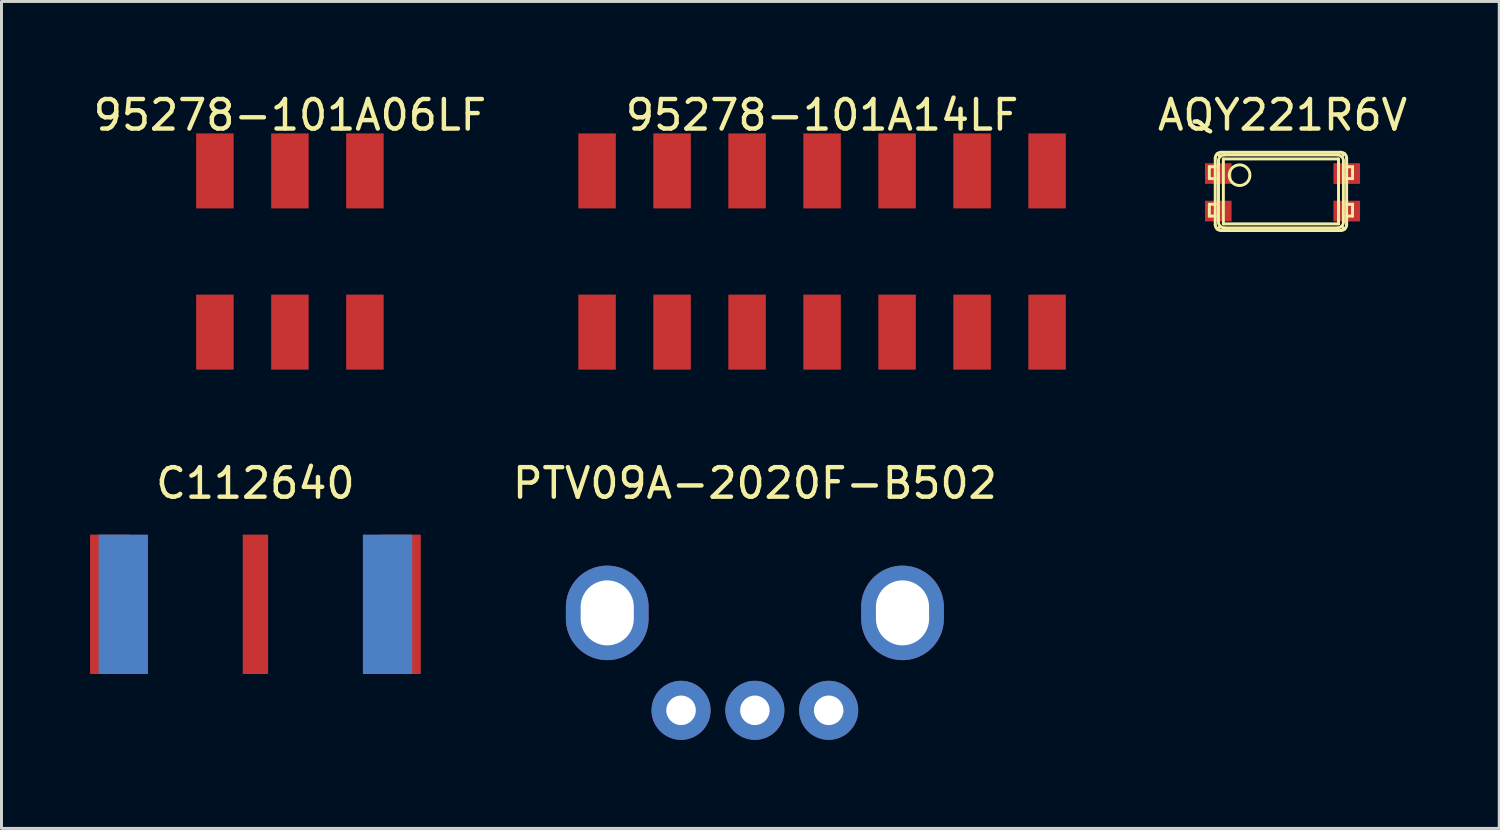
<source format=kicad_pcb>
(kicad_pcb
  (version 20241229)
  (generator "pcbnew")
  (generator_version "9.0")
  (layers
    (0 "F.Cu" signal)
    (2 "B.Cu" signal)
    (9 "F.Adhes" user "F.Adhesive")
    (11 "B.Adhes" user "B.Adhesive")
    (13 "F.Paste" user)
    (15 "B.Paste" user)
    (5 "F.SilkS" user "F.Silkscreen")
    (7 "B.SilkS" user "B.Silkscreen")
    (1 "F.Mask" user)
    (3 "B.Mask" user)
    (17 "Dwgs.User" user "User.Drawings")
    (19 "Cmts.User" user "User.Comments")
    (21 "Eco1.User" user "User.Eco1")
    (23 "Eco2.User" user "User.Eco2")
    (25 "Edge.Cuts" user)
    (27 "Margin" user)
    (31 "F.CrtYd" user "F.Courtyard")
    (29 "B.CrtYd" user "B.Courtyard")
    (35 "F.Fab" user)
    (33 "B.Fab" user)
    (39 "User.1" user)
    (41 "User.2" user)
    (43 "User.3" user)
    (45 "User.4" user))
  (footprint "95278-101A06LF"
    (layer "F.Cu")
    (at 6.768 5.468)
    (property "Reference" "95278-101A06LF" (at 0 -4.62 0) (layer "F.SilkS") (effects (font (size 1 1) (thickness 0.15))))
    (attr through_hole)
    (pad "1" smd rect (at -2.54 2.73) (size 1.27 2.54) (layers "F.Cu" "F.Mask" "F.Paste"))
    (pad "2" smd rect (at -2.54 -2.73) (size 1.27 2.54) (layers "F.Cu" "F.Mask" "F.Paste"))
    (pad "3" smd rect (at 0 2.73) (size 1.27 2.54) (layers "F.Cu" "F.Mask" "F.Paste"))
    (pad "4" smd rect (at 0 -2.73) (size 1.27 2.54) (layers "F.Cu" "F.Mask" "F.Paste"))
    (pad "5" smd rect (at 2.54 2.73) (size 1.27 2.54) (layers "F.Cu" "F.Mask" "F.Paste"))
    (pad "6" smd rect (at 2.54 -2.73) (size 1.27 2.54) (layers "F.Cu" "F.Mask" "F.Paste")))
  (footprint "95278-101A14LF"
    (layer "F.Cu")
    (at 24.791 5.468)
    (property "Reference" "95278-101A14LF" (at 0 -4.62 0) (layer "F.SilkS") (effects (font (size 1 1) (thickness 0.15))))
    (attr through_hole)
    (pad "1" smd rect (at -7.62 2.73) (size 1.27 2.54) (layers "F.Cu" "F.Mask" "F.Paste"))
    (pad "2" smd rect (at -7.62 -2.73) (size 1.27 2.54) (layers "F.Cu" "F.Mask" "F.Paste"))
    (pad "3" smd rect (at -5.08 2.73) (size 1.27 2.54) (layers "F.Cu" "F.Mask" "F.Paste"))
    (pad "4" smd rect (at -5.08 -2.73) (size 1.27 2.54) (layers "F.Cu" "F.Mask" "F.Paste"))
    (pad "5" smd rect (at -2.54 2.73) (size 1.27 2.54) (layers "F.Cu" "F.Mask" "F.Paste"))
    (pad "6" smd rect (at -2.54 -2.73) (size 1.27 2.54) (layers "F.Cu" "F.Mask" "F.Paste"))
    (pad "7" smd rect (at 0 2.73) (size 1.27 2.54) (layers "F.Cu" "F.Mask" "F.Paste"))
    (pad "8" smd rect (at 0 -2.73) (size 1.27 2.54) (layers "F.Cu" "F.Mask" "F.Paste"))
    (pad "9" smd rect (at 2.54 2.73) (size 1.27 2.54) (layers "F.Cu" "F.Mask" "F.Paste"))
    (pad "10" smd rect (at 2.54 -2.73) (size 1.27 2.54) (layers "F.Cu" "F.Mask" "F.Paste"))
    (pad "11" smd rect (at 5.08 2.73) (size 1.27 2.54) (layers "F.Cu" "F.Mask" "F.Paste"))
    (pad "12" smd rect (at 5.08 -2.73) (size 1.27 2.54) (layers "F.Cu" "F.Mask" "F.Paste"))
    (pad "13" smd rect (at 7.62 2.73) (size 1.27 2.54) (layers "F.Cu" "F.Mask" "F.Paste"))
    (pad "14" smd rect (at 7.62 -2.73) (size 1.27 2.54) (layers "F.Cu" "F.Mask" "F.Paste")))
  (footprint "AQY221R6V"
    (layer "F.Cu")
    (at 40.385 3.463)
    (property "Reference" "AQY221R6V" (at 0 -2.615 0) (layer "F.SilkS") (effects (font (size 1 1) (thickness 0.15))))
    (attr through_hole)
    (fp_line (start -2.479 -0.865) (end -2.479 -0.465) (stroke (width 0.1) (type solid)) (layer "F.SilkS"))
    (fp_line (start -2.479 0.405) (end -2.479 0.805) (stroke (width 0.1) (type solid)) (layer "F.SilkS"))
    (fp_line (start -2.279 -1.155) (end -2.279 1.095) (stroke (width 0.1) (type solid)) (layer "F.SilkS"))
    (fp_line (start -2.279 -0.865) (end -2.479 -0.865) (stroke (width 0.1) (type solid)) (layer "F.SilkS"))
    (fp_line (start -2.279 -0.465) (end -2.479 -0.465) (stroke (width 0.1) (type solid)) (layer "F.SilkS"))
    (fp_line (start -2.279 0.405) (end -2.479 0.405) (stroke (width 0.1) (type solid)) (layer "F.SilkS"))
    (fp_line (start -2.279 0.805) (end -2.479 0.805) (stroke (width 0.1) (type solid)) (layer "F.SilkS"))
    (fp_line (start -2.214 1.243) (end -2.104 1.155) (stroke (width 0.1) (type solid)) (layer "F.SilkS"))
    (fp_line (start -2.169 -1.067) (end -2.169 1.007) (stroke (width 0.1) (type solid)) (layer "F.SilkS"))
    (fp_line (start -2.104 -1.215) (end -2.214 -1.303) (stroke (width 0.1) (type solid)) (layer "F.SilkS"))
    (fp_line (start -2.004 -1.13) (end -2.004 1.07) (stroke (width 0.1) (type solid)) (layer "F.SilkS"))
    (fp_line (start -2.004 -1.13) (end 1.896 -1.13) (stroke (width 0.1) (type solid)) (layer "F.SilkS"))
    (fp_line (start -2.004 1.07) (end 1.896 1.07) (stroke (width 0.1) (type solid)) (layer "F.SilkS"))
    (fp_line (start -1.969 1.207) (end 1.862 1.207) (stroke (width 0.1) (type solid)) (layer "F.SilkS"))
    (fp_line (start 1.862 -1.267) (end -1.969 -1.267) (stroke (width 0.1) (type solid)) (layer "F.SilkS"))
    (fp_line (start 1.896 -1.13) (end 1.896 1.07) (stroke (width 0.1) (type solid)) (layer "F.SilkS"))
    (fp_line (start 1.971 -1.355) (end -2.079 -1.355) (stroke (width 0.1) (type solid)) (layer "F.SilkS"))
    (fp_line (start 1.971 1.295) (end -2.079 1.295) (stroke (width 0.1) (type solid)) (layer "F.SilkS"))
    (fp_line (start 1.997 -1.215) (end 2.106 -1.303) (stroke (width 0.1) (type solid)) (layer "F.SilkS"))
    (fp_line (start 2.062 -1.067) (end 2.062 1.007) (stroke (width 0.1) (type solid)) (layer "F.SilkS"))
    (fp_line (start 2.106 1.243) (end 1.997 1.155) (stroke (width 0.1) (type solid)) (layer "F.SilkS"))
    (fp_line (start 2.171 -1.155) (end 2.171 1.095) (stroke (width 0.1) (type solid)) (layer "F.SilkS"))
    (fp_line (start 2.171 -0.865) (end 2.371 -0.865) (stroke (width 0.1) (type solid)) (layer "F.SilkS"))
    (fp_line (start 2.171 -0.465) (end 2.371 -0.465) (stroke (width 0.1) (type solid)) (layer "F.SilkS"))
    (fp_line (start 2.171 0.405) (end 2.371 0.405) (stroke (width 0.1) (type solid)) (layer "F.SilkS"))
    (fp_line (start 2.171 0.805) (end 2.371 0.805) (stroke (width 0.1) (type solid)) (layer "F.SilkS"))
    (fp_line (start 2.371 -0.865) (end 2.371 -0.465) (stroke (width 0.1) (type solid)) (layer "F.SilkS"))
    (fp_line (start 2.371 0.405) (end 2.371 0.805) (stroke (width 0.1) (type solid)) (layer "F.SilkS"))
    (fp_arc (start -2.278622 -1.155) (mid -2.220043 -1.296421) (end -2.078622 -1.355) (stroke (width 0.1) (type solid)) (layer "F.SilkS"))
    (fp_arc (start -2.169268 -1.066955) (mid -2.110689 -1.208376) (end -1.969268 -1.266955) (stroke (width 0.1) (type solid)) (layer "F.SilkS"))
    (fp_arc (start -2.078622 1.295) (mid -2.220043 1.236421) (end -2.278622 1.095) (stroke (width 0.1) (type solid)) (layer "F.SilkS"))
    (fp_arc (start -1.969268 1.206955) (mid -2.110689 1.148376) (end -2.169268 1.006955) (stroke (width 0.1) (type solid)) (layer "F.SilkS"))
    (fp_arc (start 1.862013 -1.266955) (mid 2.003434 -1.208376) (end 2.062013 -1.066955) (stroke (width 0.1) (type solid)) (layer "F.SilkS"))
    (fp_arc (start 1.971378 -1.355) (mid 2.112799 -1.296421) (end 2.171378 -1.155) (stroke (width 0.1) (type solid)) (layer "F.SilkS"))
    (fp_arc (start 2.062013 1.006955) (mid 2.003434 1.148376) (end 1.862013 1.206955) (stroke (width 0.1) (type solid)) (layer "F.SilkS"))
    (fp_arc (start 2.171378 1.095) (mid 2.112799 1.236421) (end 1.971378 1.295) (stroke (width 0.1) (type solid)) (layer "F.SilkS"))
    (fp_circle (center -1.454 -0.58) (end -1.104 -0.58) (stroke (width 0.1) (type solid)) (fill no) (layer "F.SilkS"))
    (pad "1" smd rect (at -2.175 -0.635) (size 0.9 0.7) (layers "F.Cu" "F.Mask" "F.Paste"))
    (pad "2" smd rect (at -2.175 0.635) (size 0.9 0.7) (layers "F.Cu" "F.Mask" "F.Paste"))
    (pad "3" smd rect (at 2.175 0.635) (size 0.9 0.7) (layers "F.Cu" "F.Mask" "F.Paste"))
    (pad "4" smd rect (at 2.175 -0.635) (size 0.9 0.7) (layers "F.Cu" "F.Mask" "F.Paste")))
  (footprint "PTV09A-2020F-B502"
    (layer "F.Cu")
    (at 22.515 21.006)
    (property "Reference" "PTV09A-2020F-B502" (at 0 -7.69 0) (layer "F.SilkS") (effects (font (size 1 1) (thickness 0.15))))
    (attr through_hole)
    (pad "" thru_hole oval (at -5 -3.3) (size 2.8 3.2) (drill oval 1.8 2.2) (layers "*.Cu" "*.Mask"))
    (pad "" thru_hole oval (at 5 -3.3) (size 2.8 3.2) (drill oval 1.8 2.2) (layers "*.Cu" "*.Mask"))
    (pad "1" thru_hole circle (at -2.5 0) (size 2 2) (drill 1) (layers "*.Cu" "*.Mask"))
    (pad "2" thru_hole circle (at 0 0) (size 2 2) (drill 1) (layers "*.Cu" "*.Mask"))
    (pad "3" thru_hole circle (at 2.5 0) (size 2 2) (drill 1) (layers "*.Cu" "*.Mask")))
  (footprint "C112640"
    (layer "F.Cu")
    (at 5.6 17.416)
    (property "Reference" "C112640" (at 0 -4.1 0) (layer "F.SilkS") (effects (font (size 1 1) (thickness 0.15))))
    (attr through_hole)
    (pad "1" smd rect (at 0 0) (size 0.86 4.72) (layers "F.Cu" "F.Mask" "F.Paste"))
    (pad "2" smd rect (at -4.925 0) (size 1.35 4.72) (layers "F.Cu" "F.Mask" "F.Paste"))
    (pad "2" smd rect (at -4.475 0) (size 1.67 4.72) (layers "B.Cu" "B.Mask" "B.Paste"))
    (pad "2" smd rect (at 4.475 0) (size 1.67 4.72) (layers "B.Cu" "B.Mask" "B.Paste"))
    (pad "2" smd rect (at 4.925 0) (size 1.35 4.72) (layers "F.Cu" "F.Mask" "F.Paste")))
  (gr_rect
    (start -3 -3)
    (end 47.724 25.006)
    (stroke (width 0.1) (type default))
    (fill no)
    (layer "Edge.Cuts")))
</source>
